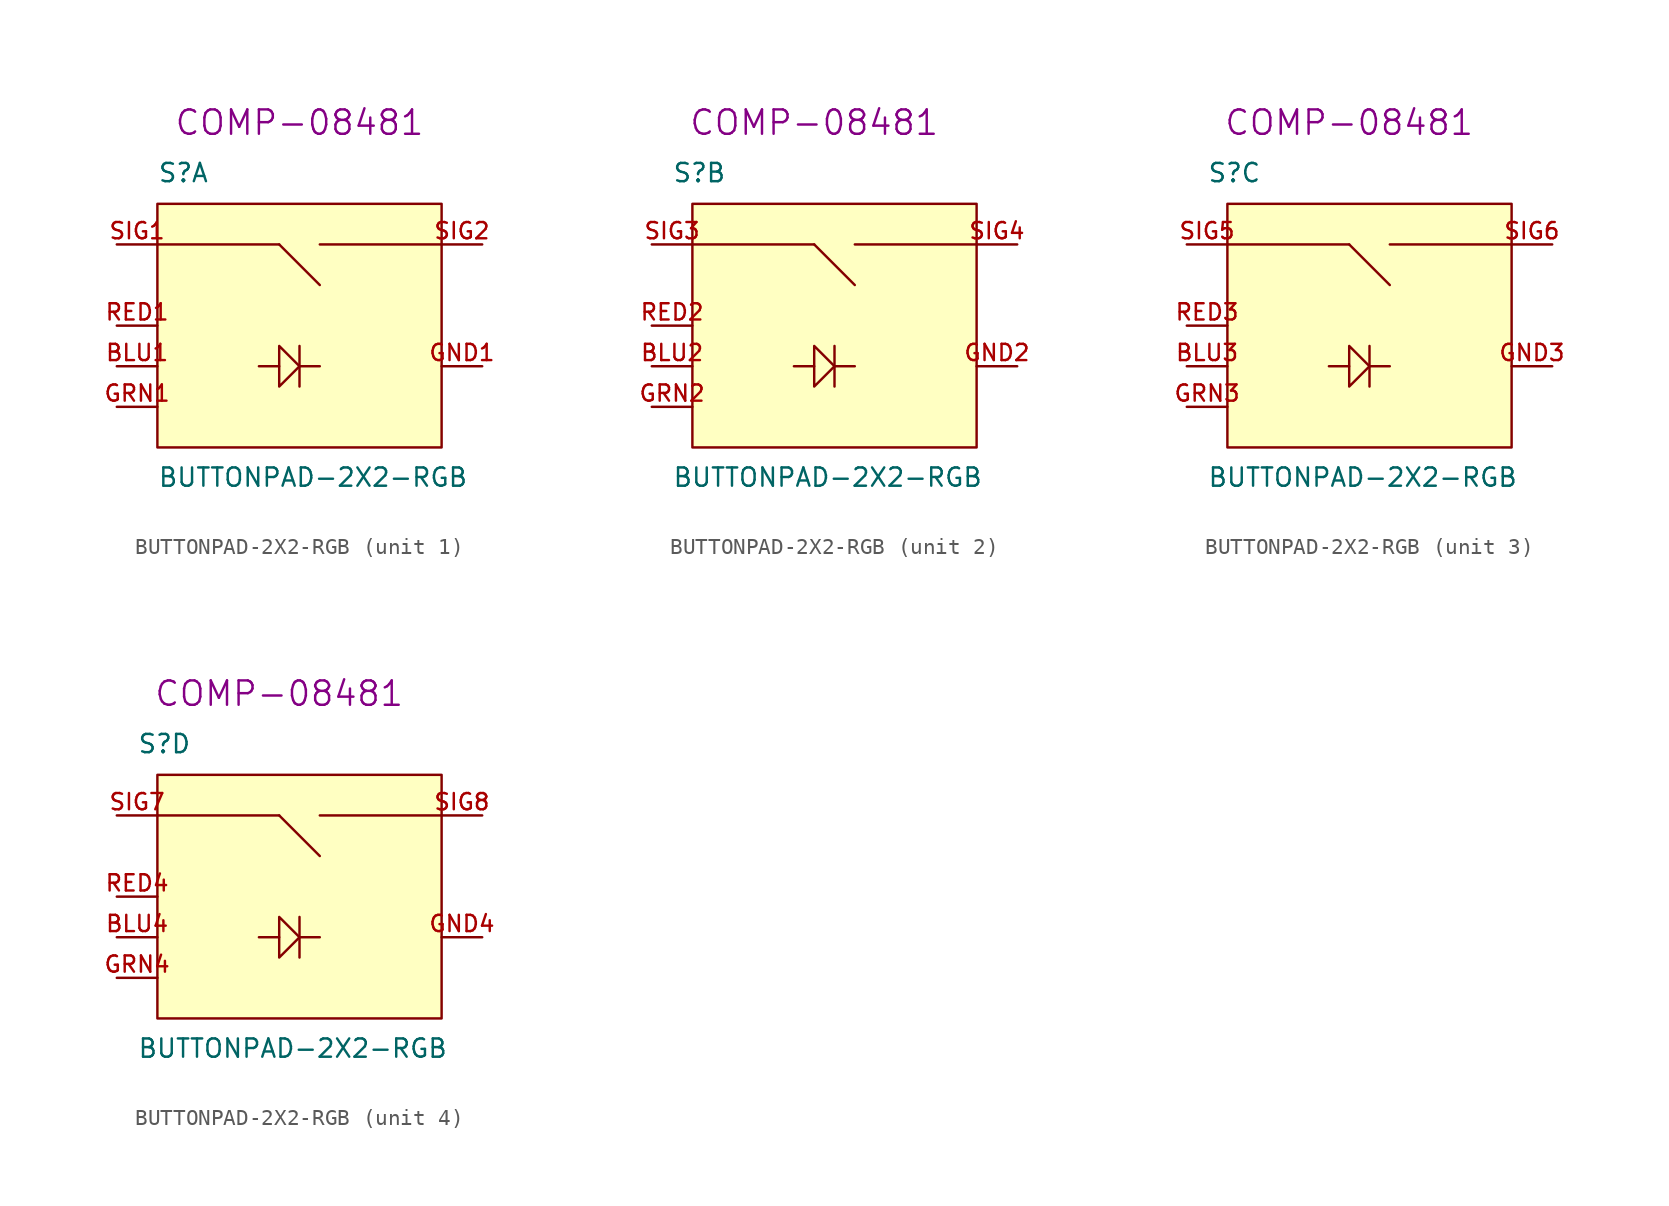
<source format=kicad_sym>
(kicad_symbol_lib
  (version 20211014)
  (generator kicad_symbol_editor)
  (symbol "BUTTONPAD-2X2-RGB"
    (pin_names
      (offset 1.016) hide)
    (property "Reference" "S"
      (at -8.89 8.89 0)
      (effects (font (size 1.143 1.143)) (justify left bottom)))
    (property "Value" "BUTTONPAD-2X2-RGB"
      (at -8.89 -10.16 0)
      (effects (font (size 1.143 1.143)) (justify left bottom)))
    (property "Field4" "COMP-08481"
      (at 0 12.7 0)
      (effects (font (size 1.524 1.524))))
    (property "ki_locked" ""
      (at 0 0 0)
      (effects (font (size 1.27 1.27))))
    (symbol "BUTTONPAD-2X2-RGB_1_0"
      (polyline (pts (xy -8.89 5.08) (xy -1.27 5.08)) (stroke (width 0) (type default) (color 0 0 0 0)) (fill (type none)))
      (polyline (pts (xy -1.27 -2.54) (xy -2.54 -2.54)) (stroke (width 0) (type default) (color 0 0 0 0)) (fill (type none)))
      (polyline (pts (xy -1.27 5.08) (xy 1.27 2.54)) (stroke (width 0) (type default) (color 0 0 0 0)) (fill (type none)))
      (polyline (pts (xy 0 -2.54) (xy 0 -3.81)) (stroke (width 0) (type default) (color 0 0 0 0)) (fill (type none)))
      (polyline (pts (xy 0 -2.54) (xy 1.27 -2.54)) (stroke (width 0) (type default) (color 0 0 0 0)) (fill (type none)))
      (polyline (pts (xy 0 -1.27) (xy 0 -2.54)) (stroke (width 0) (type default) (color 0 0 0 0)) (fill (type none)))
      (polyline (pts (xy 1.27 5.08) (xy 8.89 5.08)) (stroke (width 0) (type default) (color 0 0 0 0)) (fill (type none))))
    (symbol "BUTTONPAD-2X2-RGB_1_1"
      (polyline (pts (xy -1.27 -1.27) (xy -1.27 -2.54) (xy -1.27 -3.81) (xy 0 -2.54) (xy -1.27 -1.27)) (stroke (width 0) (type default) (color 0 0 0 0)) (fill (type background)))
      (polyline (pts (xy 8.89 7.62) (xy 8.89 5.08) (xy 8.89 -7.62) (xy -8.89 -7.62) (xy -8.89 5.08) (xy -8.89 7.62) (xy 8.89 7.62)) (stroke (width 0) (type default) (color 0 0 0 0)) (fill (type background)))
      (pin bidirectional line (at -11.43 -2.54 0) (length 2.54) (name "BLU" (effects (font (size 1.016 1.016)))) (number "BLU1" (effects (font (size 1.016 1.016)))))
      (pin bidirectional line (at 11.43 -2.54 180) (length 2.54) (name "GND" (effects (font (size 1.016 1.016)))) (number "GND1" (effects (font (size 1.016 1.016)))))
      (pin bidirectional line (at -11.43 -5.08 0) (length 2.54) (name "GRN" (effects (font (size 1.016 1.016)))) (number "GRN1" (effects (font (size 1.016 1.016)))))
      (pin bidirectional line (at -11.43 0 0) (length 2.54) (name "RED" (effects (font (size 1.016 1.016)))) (number "RED1" (effects (font (size 1.016 1.016)))))
      (pin bidirectional line (at -11.43 5.08 0) (length 2.54) (name "SIG1" (effects (font (size 1.016 1.016)))) (number "SIG1" (effects (font (size 1.016 1.016)))))
      (pin bidirectional line (at 11.43 5.08 180) (length 2.54) (name "SIG2" (effects (font (size 1.016 1.016)))) (number "SIG2" (effects (font (size 1.016 1.016))))))
    (symbol "BUTTONPAD-2X2-RGB_2_0"
      (polyline (pts (xy -7.62 5.08) (xy 0 5.08)) (stroke (width 0) (type default) (color 0 0 0 0)) (fill (type none)))
      (polyline (pts (xy 0 -2.54) (xy -1.27 -2.54)) (stroke (width 0) (type default) (color 0 0 0 0)) (fill (type none)))
      (polyline (pts (xy 0 5.08) (xy 2.54 2.54)) (stroke (width 0) (type default) (color 0 0 0 0)) (fill (type none)))
      (polyline (pts (xy 1.27 -2.54) (xy 1.27 -3.81)) (stroke (width 0) (type default) (color 0 0 0 0)) (fill (type none)))
      (polyline (pts (xy 1.27 -2.54) (xy 2.54 -2.54)) (stroke (width 0) (type default) (color 0 0 0 0)) (fill (type none)))
      (polyline (pts (xy 1.27 -1.27) (xy 1.27 -2.54)) (stroke (width 0) (type default) (color 0 0 0 0)) (fill (type none)))
      (polyline (pts (xy 2.54 5.08) (xy 10.16 5.08)) (stroke (width 0) (type default) (color 0 0 0 0)) (fill (type none))))
    (symbol "BUTTONPAD-2X2-RGB_2_1"
      (polyline (pts (xy 0 -1.27) (xy 0 -2.54) (xy 0 -3.81) (xy 1.27 -2.54) (xy 0 -1.27)) (stroke (width 0) (type default) (color 0 0 0 0)) (fill (type background)))
      (polyline (pts (xy 10.16 7.62) (xy 10.16 5.08) (xy 10.16 -7.62) (xy -7.62 -7.62) (xy -7.62 5.08) (xy -7.62 7.62) (xy 10.16 7.62)) (stroke (width 0) (type default) (color 0 0 0 0)) (fill (type background)))
      (pin bidirectional line (at -10.16 -2.54 0) (length 2.54) (name "BLU" (effects (font (size 1.016 1.016)))) (number "BLU2" (effects (font (size 1.016 1.016)))))
      (pin bidirectional line (at 12.7 -2.54 180) (length 2.54) (name "GND" (effects (font (size 1.016 1.016)))) (number "GND2" (effects (font (size 1.016 1.016)))))
      (pin bidirectional line (at -10.16 -5.08 0) (length 2.54) (name "GRN" (effects (font (size 1.016 1.016)))) (number "GRN2" (effects (font (size 1.016 1.016)))))
      (pin bidirectional line (at -10.16 0 0) (length 2.54) (name "RED" (effects (font (size 1.016 1.016)))) (number "RED2" (effects (font (size 1.016 1.016)))))
      (pin bidirectional line (at -10.16 5.08 0) (length 2.54) (name "SIG1" (effects (font (size 1.016 1.016)))) (number "SIG3" (effects (font (size 1.016 1.016)))))
      (pin bidirectional line (at 12.7 5.08 180) (length 2.54) (name "SIG2" (effects (font (size 1.016 1.016)))) (number "SIG4" (effects (font (size 1.016 1.016))))))
    (symbol "BUTTONPAD-2X2-RGB_3_0"
      (polyline (pts (xy -7.62 5.08) (xy 0 5.08)) (stroke (width 0) (type default) (color 0 0 0 0)) (fill (type none)))
      (polyline (pts (xy 0 -2.54) (xy -1.27 -2.54)) (stroke (width 0) (type default) (color 0 0 0 0)) (fill (type none)))
      (polyline (pts (xy 0 5.08) (xy 2.54 2.54)) (stroke (width 0) (type default) (color 0 0 0 0)) (fill (type none)))
      (polyline (pts (xy 1.27 -2.54) (xy 1.27 -3.81)) (stroke (width 0) (type default) (color 0 0 0 0)) (fill (type none)))
      (polyline (pts (xy 1.27 -2.54) (xy 2.54 -2.54)) (stroke (width 0) (type default) (color 0 0 0 0)) (fill (type none)))
      (polyline (pts (xy 1.27 -1.27) (xy 1.27 -2.54)) (stroke (width 0) (type default) (color 0 0 0 0)) (fill (type none)))
      (polyline (pts (xy 2.54 5.08) (xy 10.16 5.08)) (stroke (width 0) (type default) (color 0 0 0 0)) (fill (type none))))
    (symbol "BUTTONPAD-2X2-RGB_3_1"
      (polyline (pts (xy 0 -1.27) (xy 0 -2.54) (xy 0 -3.81) (xy 1.27 -2.54) (xy 0 -1.27)) (stroke (width 0) (type default) (color 0 0 0 0)) (fill (type background)))
      (polyline (pts (xy 10.16 7.62) (xy 10.16 5.08) (xy 10.16 -7.62) (xy -7.62 -7.62) (xy -7.62 5.08) (xy -7.62 7.62) (xy 10.16 7.62)) (stroke (width 0) (type default) (color 0 0 0 0)) (fill (type background)))
      (pin bidirectional line (at -10.16 -2.54 0) (length 2.54) (name "BLU" (effects (font (size 1.016 1.016)))) (number "BLU3" (effects (font (size 1.016 1.016)))))
      (pin bidirectional line (at 12.7 -2.54 180) (length 2.54) (name "GND" (effects (font (size 1.016 1.016)))) (number "GND3" (effects (font (size 1.016 1.016)))))
      (pin bidirectional line (at -10.16 -5.08 0) (length 2.54) (name "GRN" (effects (font (size 1.016 1.016)))) (number "GRN3" (effects (font (size 1.016 1.016)))))
      (pin bidirectional line (at -10.16 0 0) (length 2.54) (name "RED" (effects (font (size 1.016 1.016)))) (number "RED3" (effects (font (size 1.016 1.016)))))
      (pin bidirectional line (at -10.16 5.08 0) (length 2.54) (name "SIG1" (effects (font (size 1.016 1.016)))) (number "SIG5" (effects (font (size 1.016 1.016)))))
      (pin bidirectional line (at 12.7 5.08 180) (length 2.54) (name "SIG2" (effects (font (size 1.016 1.016)))) (number "SIG6" (effects (font (size 1.016 1.016))))))
    (symbol "BUTTONPAD-2X2-RGB_4_0"
      (polyline (pts (xy -7.62 5.08) (xy 0 5.08)) (stroke (width 0) (type default) (color 0 0 0 0)) (fill (type none)))
      (polyline (pts (xy 0 -2.54) (xy -1.27 -2.54)) (stroke (width 0) (type default) (color 0 0 0 0)) (fill (type none)))
      (polyline (pts (xy 0 5.08) (xy 2.54 2.54)) (stroke (width 0) (type default) (color 0 0 0 0)) (fill (type none)))
      (polyline (pts (xy 1.27 -2.54) (xy 1.27 -3.81)) (stroke (width 0) (type default) (color 0 0 0 0)) (fill (type none)))
      (polyline (pts (xy 1.27 -2.54) (xy 2.54 -2.54)) (stroke (width 0) (type default) (color 0 0 0 0)) (fill (type none)))
      (polyline (pts (xy 1.27 -1.27) (xy 1.27 -2.54)) (stroke (width 0) (type default) (color 0 0 0 0)) (fill (type none)))
      (polyline (pts (xy 2.54 5.08) (xy 10.16 5.08)) (stroke (width 0) (type default) (color 0 0 0 0)) (fill (type none))))
    (symbol "BUTTONPAD-2X2-RGB_4_1"
      (polyline (pts (xy 0 -1.27) (xy 0 -2.54) (xy 0 -3.81) (xy 1.27 -2.54) (xy 0 -1.27)) (stroke (width 0) (type default) (color 0 0 0 0)) (fill (type background)))
      (polyline (pts (xy 10.16 7.62) (xy 10.16 5.08) (xy 10.16 -7.62) (xy -7.62 -7.62) (xy -7.62 5.08) (xy -7.62 7.62) (xy 10.16 7.62)) (stroke (width 0) (type default) (color 0 0 0 0)) (fill (type background)))
      (pin bidirectional line (at -10.16 -2.54 0) (length 2.54) (name "BLU" (effects (font (size 1.016 1.016)))) (number "BLU4" (effects (font (size 1.016 1.016)))))
      (pin bidirectional line (at 12.7 -2.54 180) (length 2.54) (name "GND" (effects (font (size 1.016 1.016)))) (number "GND4" (effects (font (size 1.016 1.016)))))
      (pin bidirectional line (at -10.16 -5.08 0) (length 2.54) (name "GRN" (effects (font (size 1.016 1.016)))) (number "GRN4" (effects (font (size 1.016 1.016)))))
      (pin bidirectional line (at -10.16 0 0) (length 2.54) (name "RED" (effects (font (size 1.016 1.016)))) (number "RED4" (effects (font (size 1.016 1.016)))))
      (pin bidirectional line (at -10.16 5.08 0) (length 2.54) (name "SIG1" (effects (font (size 1.016 1.016)))) (number "SIG7" (effects (font (size 1.016 1.016)))))
      (pin bidirectional line (at 12.7 5.08 180) (length 2.54) (name "SIG2" (effects (font (size 1.016 1.016)))) (number "SIG8" (effects (font (size 1.016 1.016))))))))
</source>
